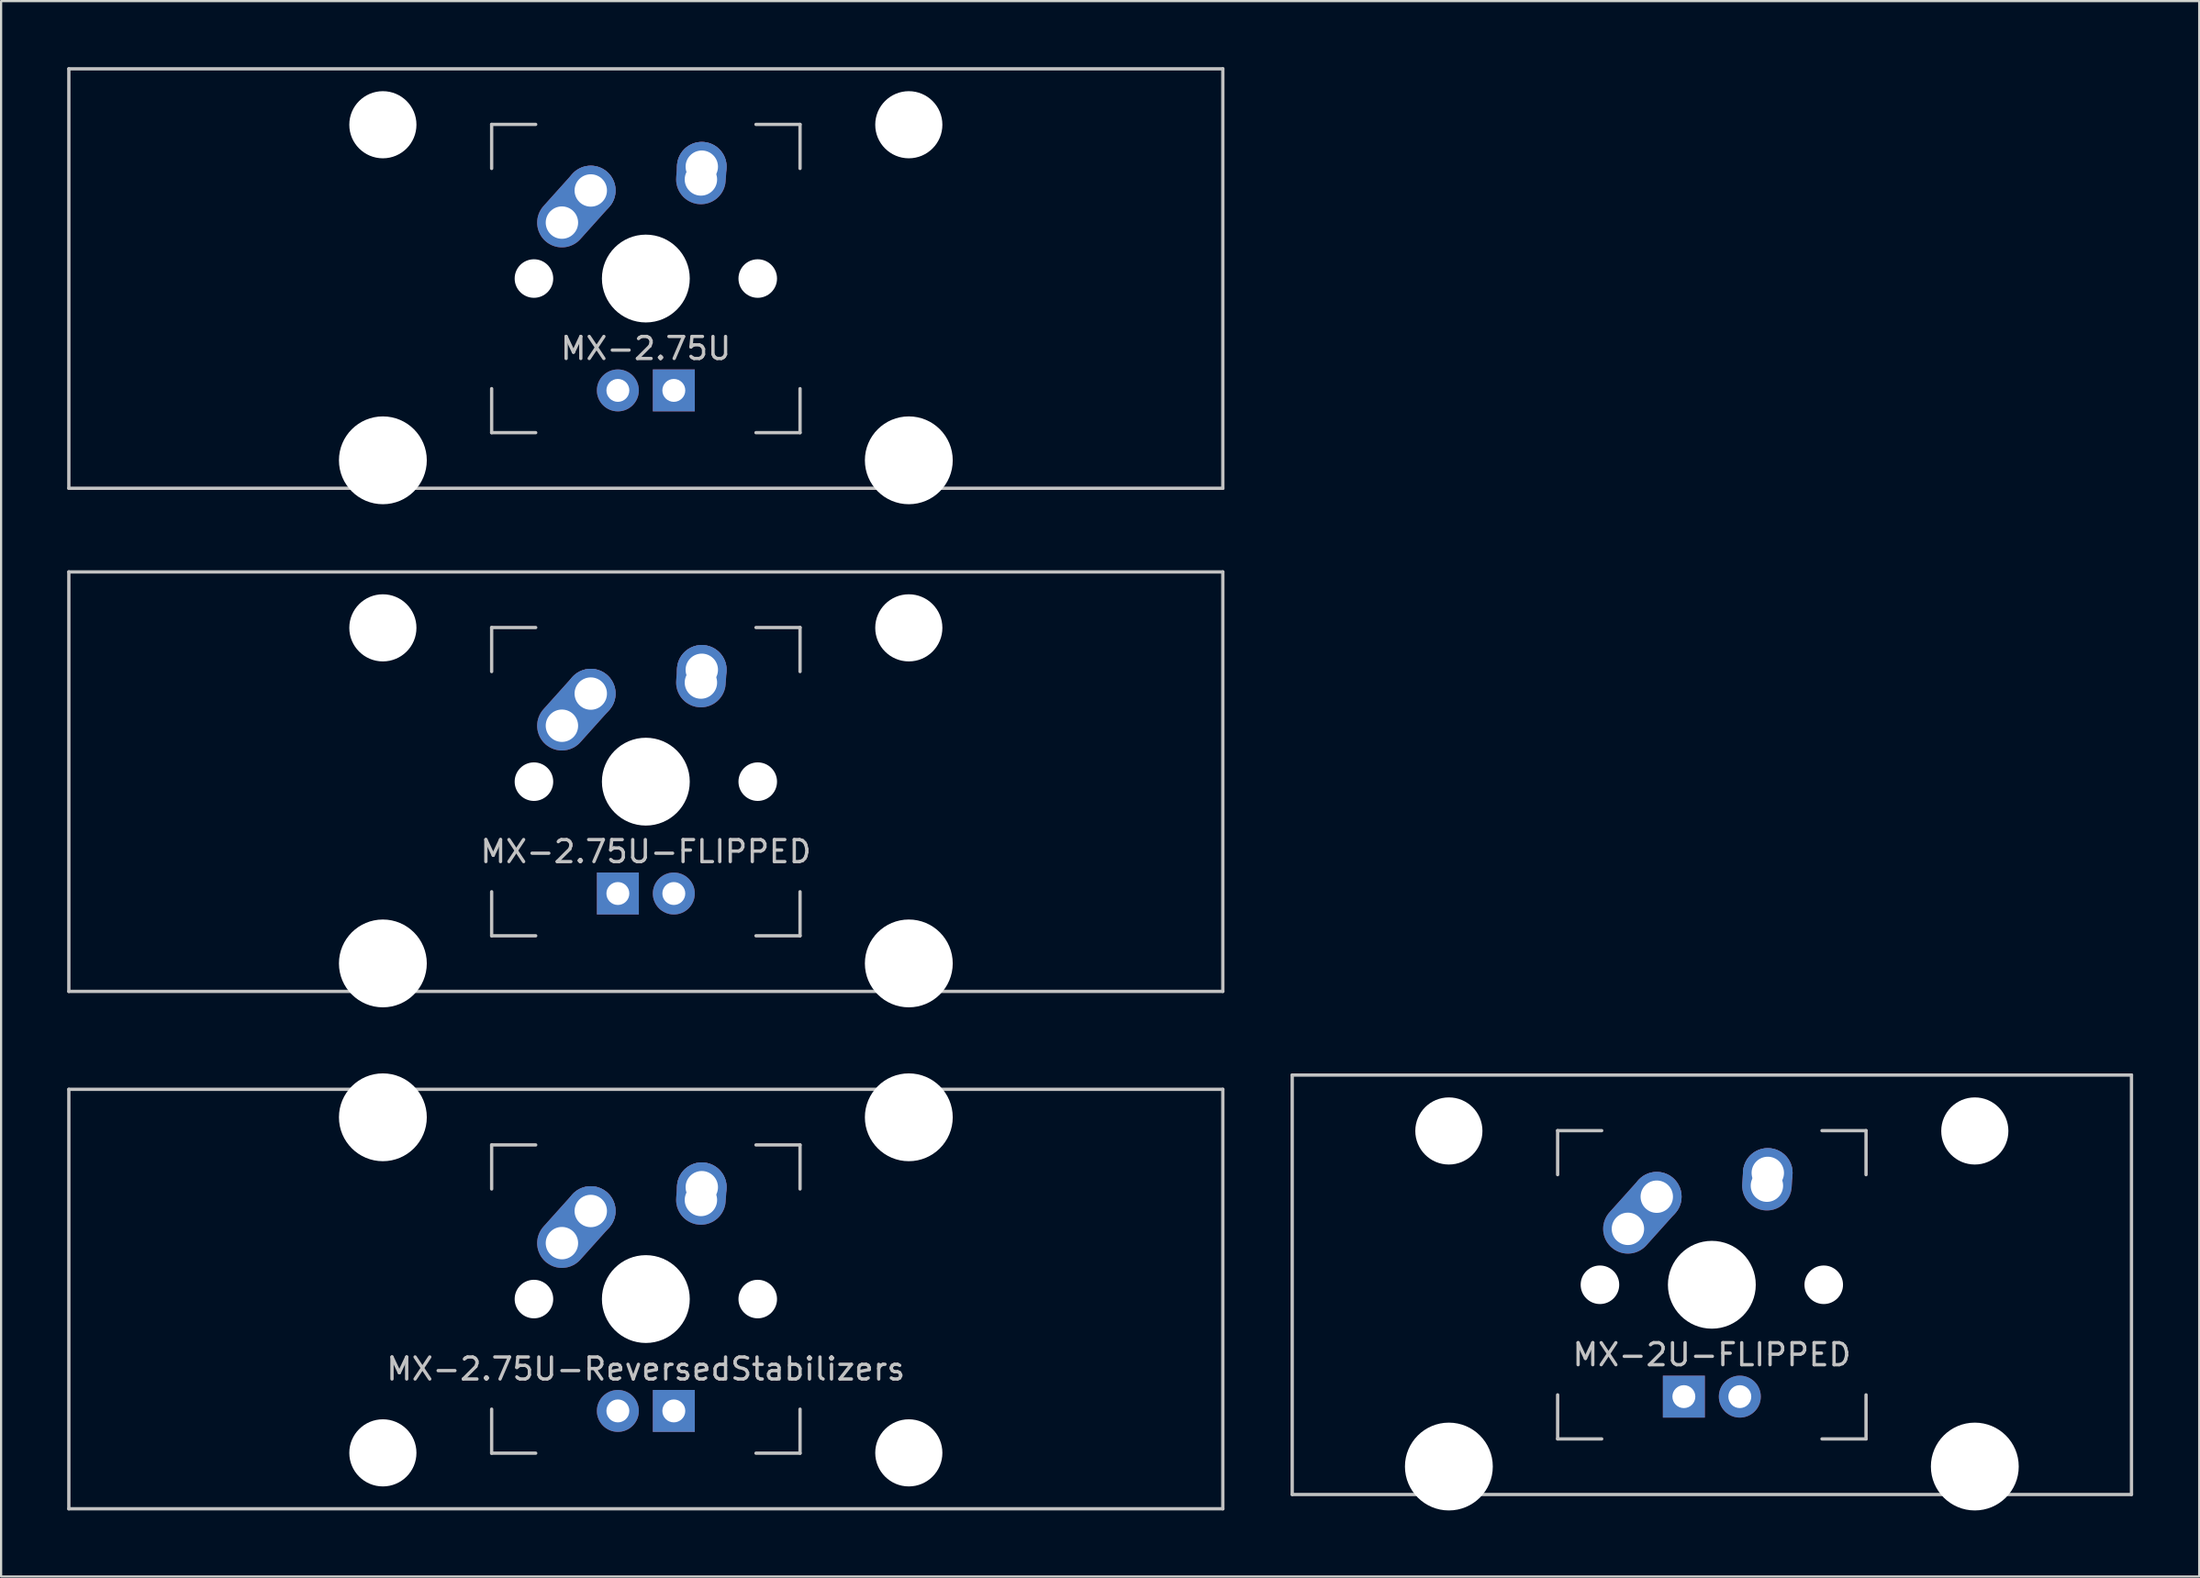
<source format=kicad_pcb>
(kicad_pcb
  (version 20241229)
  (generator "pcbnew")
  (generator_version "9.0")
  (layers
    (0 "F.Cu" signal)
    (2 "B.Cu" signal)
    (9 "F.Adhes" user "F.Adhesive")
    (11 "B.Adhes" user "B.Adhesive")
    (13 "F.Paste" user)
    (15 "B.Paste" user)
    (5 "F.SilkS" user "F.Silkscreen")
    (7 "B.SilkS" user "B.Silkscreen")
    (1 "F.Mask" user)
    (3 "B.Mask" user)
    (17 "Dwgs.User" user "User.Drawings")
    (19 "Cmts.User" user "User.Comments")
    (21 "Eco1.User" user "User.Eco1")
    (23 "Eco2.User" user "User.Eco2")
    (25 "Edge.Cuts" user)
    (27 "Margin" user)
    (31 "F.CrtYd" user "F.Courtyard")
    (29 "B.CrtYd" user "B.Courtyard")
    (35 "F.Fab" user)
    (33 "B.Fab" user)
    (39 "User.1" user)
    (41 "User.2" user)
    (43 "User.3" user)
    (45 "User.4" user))
  (footprint "MX-2.75U-FLIPPED"
    (layer "F.Cu")
    (at 26.269 32.449)
    (property "Reference" "MX-2.75U-FLIPPED" (at 0 3.175 0) (layer "Dwgs.User") (effects (font (size 1 1) (thickness 0.15))))
    (attr through_hole)
    (fp_line (start -26.194 -9.525) (end 26.194 -9.525) (stroke (width 0.15) (type solid)) (layer "Dwgs.User"))
    (fp_line (start -26.194 9.525) (end -26.194 -9.525) (stroke (width 0.15) (type solid)) (layer "Dwgs.User"))
    (fp_line (start -26.194 9.525) (end 26.194 9.525) (stroke (width 0.15) (type solid)) (layer "Dwgs.User"))
    (fp_line (start -7 -7) (end -7 -5) (stroke (width 0.15) (type solid)) (layer "Dwgs.User"))
    (fp_line (start -7 5) (end -7 7) (stroke (width 0.15) (type solid)) (layer "Dwgs.User"))
    (fp_line (start -7 7) (end -5 7) (stroke (width 0.15) (type solid)) (layer "Dwgs.User"))
    (fp_line (start -5 -7) (end -7 -7) (stroke (width 0.15) (type solid)) (layer "Dwgs.User"))
    (fp_line (start 5 -7) (end 7 -7) (stroke (width 0.15) (type solid)) (layer "Dwgs.User"))
    (fp_line (start 5 7) (end 7 7) (stroke (width 0.15) (type solid)) (layer "Dwgs.User"))
    (fp_line (start 7 -7) (end 7 -5) (stroke (width 0.15) (type solid)) (layer "Dwgs.User"))
    (fp_line (start 7 7) (end 7 5) (stroke (width 0.15) (type solid)) (layer "Dwgs.User"))
    (fp_line (start 26.194 -9.525) (end 26.194 9.525) (stroke (width 0.15) (type solid)) (layer "Dwgs.User"))
    (pad "" np_thru_hole circle (at -11.938 -6.985) (size 3.048 3.048) (drill 3.048) (layers "*.Cu" "*.Mask"))
    (pad "" np_thru_hole circle (at -11.938 8.255) (size 3.988 3.988) (drill 3.988) (layers "*.Cu" "*.Mask"))
    (pad "" np_thru_hole circle (at -5.08 0 48.1) (size 1.75 1.75) (drill 1.75) (layers "*.Cu" "*.Mask"))
    (pad "" np_thru_hole circle (at 0 0) (size 3.988 3.988) (drill 3.988) (layers "*.Cu" "*.Mask"))
    (pad "" np_thru_hole circle (at 5.08 0 48.1) (size 1.75 1.75) (drill 1.75) (layers "*.Cu" "*.Mask"))
    (pad "" np_thru_hole circle (at 11.938 -6.985) (size 3.048 3.048) (drill 3.048) (layers "*.Cu" "*.Mask"))
    (pad "" np_thru_hole circle (at 11.938 8.255) (size 3.988 3.988) (drill 3.988) (layers "*.Cu" "*.Mask"))
    (pad "1" thru_hole oval (at -3.81 -2.54 48.1) (size 4.212 2.25) (drill 1.47 (offset 0.981 0)) (layers "*.Cu" "B.Mask"))
    (pad "1" thru_hole circle (at -2.5 -4) (size 2.25 2.25) (drill 1.47) (layers "*.Cu" "B.Mask"))
    (pad "2" thru_hole oval (at 2.5 -4.5 86.055) (size 2.831 2.25) (drill 1.47 (offset 0.291 0)) (layers "*.Cu" "B.Mask"))
    (pad "2" thru_hole circle (at 2.54 -5.08) (size 2.25 2.25) (drill 1.47) (layers "*.Cu" "B.Mask"))
    (pad "3" thru_hole circle (at 1.27 5.08) (size 1.905 1.905) (drill 1.04) (layers "*.Cu" "B.Mask"))
    (pad "4" thru_hole rect (at -1.27 5.08) (size 1.905 1.905) (drill 1.04) (layers "*.Cu" "B.Mask")))
  (footprint "MX-2.75U"
    (layer "F.Cu")
    (at 26.269 9.6)
    (property "Reference" "MX-2.75U" (at 0 3.175 0) (layer "Dwgs.User") (effects (font (size 1 1) (thickness 0.15))))
    (attr through_hole)
    (fp_line (start -26.194 -9.525) (end 26.194 -9.525) (stroke (width 0.15) (type solid)) (layer "Dwgs.User"))
    (fp_line (start -26.194 9.525) (end -26.194 -9.525) (stroke (width 0.15) (type solid)) (layer "Dwgs.User"))
    (fp_line (start -26.194 9.525) (end 26.194 9.525) (stroke (width 0.15) (type solid)) (layer "Dwgs.User"))
    (fp_line (start -7 -7) (end -7 -5) (stroke (width 0.15) (type solid)) (layer "Dwgs.User"))
    (fp_line (start -7 5) (end -7 7) (stroke (width 0.15) (type solid)) (layer "Dwgs.User"))
    (fp_line (start -7 7) (end -5 7) (stroke (width 0.15) (type solid)) (layer "Dwgs.User"))
    (fp_line (start -5 -7) (end -7 -7) (stroke (width 0.15) (type solid)) (layer "Dwgs.User"))
    (fp_line (start 5 -7) (end 7 -7) (stroke (width 0.15) (type solid)) (layer "Dwgs.User"))
    (fp_line (start 5 7) (end 7 7) (stroke (width 0.15) (type solid)) (layer "Dwgs.User"))
    (fp_line (start 7 -7) (end 7 -5) (stroke (width 0.15) (type solid)) (layer "Dwgs.User"))
    (fp_line (start 7 7) (end 7 5) (stroke (width 0.15) (type solid)) (layer "Dwgs.User"))
    (fp_line (start 26.194 -9.525) (end 26.194 9.525) (stroke (width 0.15) (type solid)) (layer "Dwgs.User"))
    (pad "" np_thru_hole circle (at -11.938 -6.985) (size 3.048 3.048) (drill 3.048) (layers "*.Cu" "*.Mask"))
    (pad "" np_thru_hole circle (at -11.938 8.255) (size 3.988 3.988) (drill 3.988) (layers "*.Cu" "*.Mask"))
    (pad "" np_thru_hole circle (at -5.08 0 48.1) (size 1.75 1.75) (drill 1.75) (layers "*.Cu" "*.Mask"))
    (pad "" np_thru_hole circle (at 0 0) (size 3.988 3.988) (drill 3.988) (layers "*.Cu" "*.Mask"))
    (pad "" np_thru_hole circle (at 5.08 0 48.1) (size 1.75 1.75) (drill 1.75) (layers "*.Cu" "*.Mask"))
    (pad "" np_thru_hole circle (at 11.938 -6.985) (size 3.048 3.048) (drill 3.048) (layers "*.Cu" "*.Mask"))
    (pad "" np_thru_hole circle (at 11.938 8.255) (size 3.988 3.988) (drill 3.988) (layers "*.Cu" "*.Mask"))
    (pad "1" thru_hole oval (at -3.81 -2.54 48.1) (size 4.212 2.25) (drill 1.47 (offset 0.981 0)) (layers "*.Cu" "B.Mask"))
    (pad "1" thru_hole circle (at -2.5 -4) (size 2.25 2.25) (drill 1.47) (layers "*.Cu" "B.Mask"))
    (pad "2" thru_hole oval (at 2.5 -4.5 86.055) (size 2.831 2.25) (drill 1.47 (offset 0.291 0)) (layers "*.Cu" "B.Mask"))
    (pad "2" thru_hole circle (at 2.54 -5.08) (size 2.25 2.25) (drill 1.47) (layers "*.Cu" "B.Mask"))
    (pad "3" thru_hole circle (at -1.27 5.08) (size 1.905 1.905) (drill 1.04) (layers "*.Cu" "B.Mask"))
    (pad "4" thru_hole rect (at 1.27 5.08) (size 1.905 1.905) (drill 1.04) (layers "*.Cu" "B.Mask")))
  (footprint "MX-2U-FLIPPED"
    (layer "F.Cu")
    (at 74.662 55.298)
    (property "Reference" "MX-2U-FLIPPED" (at 0 3.175 0) (layer "Dwgs.User") (effects (font (size 1 1) (thickness 0.15))))
    (attr through_hole)
    (fp_line (start -19.05 -9.525) (end 19.05 -9.525) (stroke (width 0.15) (type solid)) (layer "Dwgs.User"))
    (fp_line (start -19.05 9.525) (end -19.05 -9.525) (stroke (width 0.15) (type solid)) (layer "Dwgs.User"))
    (fp_line (start -19.05 9.525) (end 19.05 9.525) (stroke (width 0.15) (type solid)) (layer "Dwgs.User"))
    (fp_line (start -7 -7) (end -7 -5) (stroke (width 0.15) (type solid)) (layer "Dwgs.User"))
    (fp_line (start -7 5) (end -7 7) (stroke (width 0.15) (type solid)) (layer "Dwgs.User"))
    (fp_line (start -7 7) (end -5 7) (stroke (width 0.15) (type solid)) (layer "Dwgs.User"))
    (fp_line (start -5 -7) (end -7 -7) (stroke (width 0.15) (type solid)) (layer "Dwgs.User"))
    (fp_line (start 5 -7) (end 7 -7) (stroke (width 0.15) (type solid)) (layer "Dwgs.User"))
    (fp_line (start 5 7) (end 7 7) (stroke (width 0.15) (type solid)) (layer "Dwgs.User"))
    (fp_line (start 7 -7) (end 7 -5) (stroke (width 0.15) (type solid)) (layer "Dwgs.User"))
    (fp_line (start 7 7) (end 7 5) (stroke (width 0.15) (type solid)) (layer "Dwgs.User"))
    (fp_line (start 19.05 -9.525) (end 19.05 9.525) (stroke (width 0.15) (type solid)) (layer "Dwgs.User"))
    (pad "" np_thru_hole circle (at -11.938 -6.985) (size 3.048 3.048) (drill 3.048) (layers "*.Cu" "*.Mask"))
    (pad "" np_thru_hole circle (at -11.938 8.255) (size 3.988 3.988) (drill 3.988) (layers "*.Cu" "*.Mask"))
    (pad "" np_thru_hole circle (at -5.08 0 48.1) (size 1.75 1.75) (drill 1.75) (layers "*.Cu" "*.Mask"))
    (pad "" np_thru_hole circle (at 0 0) (size 3.988 3.988) (drill 3.988) (layers "*.Cu" "*.Mask"))
    (pad "" np_thru_hole circle (at 5.08 0 48.1) (size 1.75 1.75) (drill 1.75) (layers "*.Cu" "*.Mask"))
    (pad "" np_thru_hole circle (at 11.938 -6.985) (size 3.048 3.048) (drill 3.048) (layers "*.Cu" "*.Mask"))
    (pad "" np_thru_hole circle (at 11.938 8.255) (size 3.988 3.988) (drill 3.988) (layers "*.Cu" "*.Mask"))
    (pad "1" thru_hole oval (at -3.81 -2.54 48.1) (size 4.212 2.25) (drill 1.47 (offset 0.981 0)) (layers "*.Cu" "B.Mask"))
    (pad "1" thru_hole circle (at -2.5 -4) (size 2.25 2.25) (drill 1.47) (layers "*.Cu" "B.Mask"))
    (pad "2" thru_hole oval (at 2.5 -4.5 86.055) (size 2.831 2.25) (drill 1.47 (offset 0.291 0)) (layers "*.Cu" "B.Mask"))
    (pad "2" thru_hole circle (at 2.54 -5.08) (size 2.25 2.25) (drill 1.47) (layers "*.Cu" "B.Mask"))
    (pad "3" thru_hole circle (at 1.27 5.08) (size 1.905 1.905) (drill 1.04) (layers "*.Cu" "B.Mask"))
    (pad "4" thru_hole rect (at -1.27 5.08) (size 1.905 1.905) (drill 1.04) (layers "*.Cu" "B.Mask")))
  (footprint "MX-2.75U-ReversedStabilizers"
    (layer "F.Cu")
    (at 26.269 55.947)
    (property "Reference" "MX-2.75U-ReversedStabilizers" (at 0 3.175 0) (layer "Dwgs.User") (effects (font (size 1 1) (thickness 0.15))))
    (attr through_hole)
    (fp_line (start -26.194 -9.525) (end 26.194 -9.525) (stroke (width 0.15) (type solid)) (layer "Dwgs.User"))
    (fp_line (start -26.194 9.525) (end -26.194 -9.525) (stroke (width 0.15) (type solid)) (layer "Dwgs.User"))
    (fp_line (start -26.194 9.525) (end 26.194 9.525) (stroke (width 0.15) (type solid)) (layer "Dwgs.User"))
    (fp_line (start -7 -7) (end -7 -5) (stroke (width 0.15) (type solid)) (layer "Dwgs.User"))
    (fp_line (start -7 5) (end -7 7) (stroke (width 0.15) (type solid)) (layer "Dwgs.User"))
    (fp_line (start -7 7) (end -5 7) (stroke (width 0.15) (type solid)) (layer "Dwgs.User"))
    (fp_line (start -5 -7) (end -7 -7) (stroke (width 0.15) (type solid)) (layer "Dwgs.User"))
    (fp_line (start 5 -7) (end 7 -7) (stroke (width 0.15) (type solid)) (layer "Dwgs.User"))
    (fp_line (start 5 7) (end 7 7) (stroke (width 0.15) (type solid)) (layer "Dwgs.User"))
    (fp_line (start 7 -7) (end 7 -5) (stroke (width 0.15) (type solid)) (layer "Dwgs.User"))
    (fp_line (start 7 7) (end 7 5) (stroke (width 0.15) (type solid)) (layer "Dwgs.User"))
    (fp_line (start 26.194 -9.525) (end 26.194 9.525) (stroke (width 0.15) (type solid)) (layer "Dwgs.User"))
    (pad "" np_thru_hole circle (at -11.938 -8.255) (size 3.988 3.988) (drill 3.988) (layers "*.Cu" "*.Mask"))
    (pad "" np_thru_hole circle (at -11.938 6.985) (size 3.048 3.048) (drill 3.048) (layers "*.Cu" "*.Mask"))
    (pad "" np_thru_hole circle (at -5.08 0 48.1) (size 1.75 1.75) (drill 1.75) (layers "*.Cu" "*.Mask"))
    (pad "" np_thru_hole circle (at 0 0) (size 3.988 3.988) (drill 3.988) (layers "*.Cu" "*.Mask"))
    (pad "" np_thru_hole circle (at 5.08 0 48.1) (size 1.75 1.75) (drill 1.75) (layers "*.Cu" "*.Mask"))
    (pad "" np_thru_hole circle (at 11.938 -8.255) (size 3.988 3.988) (drill 3.988) (layers "*.Cu" "*.Mask"))
    (pad "" np_thru_hole circle (at 11.938 6.985) (size 3.048 3.048) (drill 3.048) (layers "*.Cu" "*.Mask"))
    (pad "1" thru_hole oval (at -3.81 -2.54 48.1) (size 4.212 2.25) (drill 1.47 (offset 0.981 0)) (layers "*.Cu" "B.Mask"))
    (pad "1" thru_hole circle (at -2.5 -4) (size 2.25 2.25) (drill 1.47) (layers "*.Cu" "B.Mask"))
    (pad "2" thru_hole oval (at 2.5 -4.5 86.055) (size 2.831 2.25) (drill 1.47 (offset 0.291 0)) (layers "*.Cu" "B.Mask"))
    (pad "2" thru_hole circle (at 2.54 -5.08) (size 2.25 2.25) (drill 1.47) (layers "*.Cu" "B.Mask"))
    (pad "3" thru_hole circle (at -1.27 5.08) (size 1.905 1.905) (drill 1.04) (layers "*.Cu" "B.Mask"))
    (pad "4" thru_hole rect (at 1.27 5.08) (size 1.905 1.905) (drill 1.04) (layers "*.Cu" "B.Mask")))
  (gr_rect
    (start -3 -3)
    (end 96.787 68.547)
    (stroke (width 0.1) (type default))
    (fill no)
    (layer "Edge.Cuts")))
</source>
